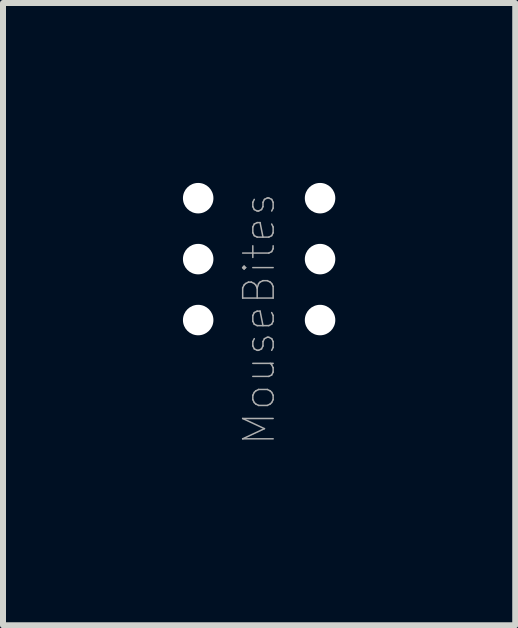
<source format=kicad_pcb>
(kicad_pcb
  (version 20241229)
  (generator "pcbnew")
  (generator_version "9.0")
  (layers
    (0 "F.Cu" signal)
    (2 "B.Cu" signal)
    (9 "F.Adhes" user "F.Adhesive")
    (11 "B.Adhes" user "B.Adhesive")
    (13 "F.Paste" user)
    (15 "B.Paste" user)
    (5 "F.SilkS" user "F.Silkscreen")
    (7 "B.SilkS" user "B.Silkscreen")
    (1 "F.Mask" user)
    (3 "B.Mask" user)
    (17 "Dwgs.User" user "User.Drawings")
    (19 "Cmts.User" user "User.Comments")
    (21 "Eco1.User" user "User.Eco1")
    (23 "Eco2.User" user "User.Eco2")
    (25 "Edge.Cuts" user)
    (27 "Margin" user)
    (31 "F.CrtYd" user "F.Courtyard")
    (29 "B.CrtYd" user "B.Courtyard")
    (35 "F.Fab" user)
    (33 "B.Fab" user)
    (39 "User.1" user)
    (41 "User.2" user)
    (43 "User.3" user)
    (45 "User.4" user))
  (footprint "MouseBites"
    (layer "F.Cu")
    (at 1.27 1.27)
    (property "Reference" "MouseBites" (at 0 1 90) (layer "F.Fab") (effects (font (size 0.508 0.508) (thickness 0.025))))
    (attr through_hole)
    (pad "" np_thru_hole circle (at -1.016 -1.016) (size 0.508 0.508) (drill 0.508) (layers "*.Cu"))
    (pad "" np_thru_hole circle (at -1.016 0) (size 0.508 0.508) (drill 0.508) (layers "*.Cu"))
    (pad "" np_thru_hole circle (at -1.016 1.016) (size 0.508 0.508) (drill 0.508) (layers "*.Cu"))
    (pad "" np_thru_hole circle (at 1.016 -1.016) (size 0.508 0.508) (drill 0.508) (layers "*.Cu"))
    (pad "" np_thru_hole circle (at 1.016 0) (size 0.508 0.508) (drill 0.508) (layers "*.Cu"))
    (pad "" np_thru_hole circle (at 1.016 1.016) (size 0.508 0.508) (drill 0.508) (layers "*.Cu")))
  (gr_rect
    (start -3 -3)
    (end 5.54 7.374)
    (stroke (width 0.1) (type default))
    (fill no)
    (layer "Edge.Cuts")))
</source>
